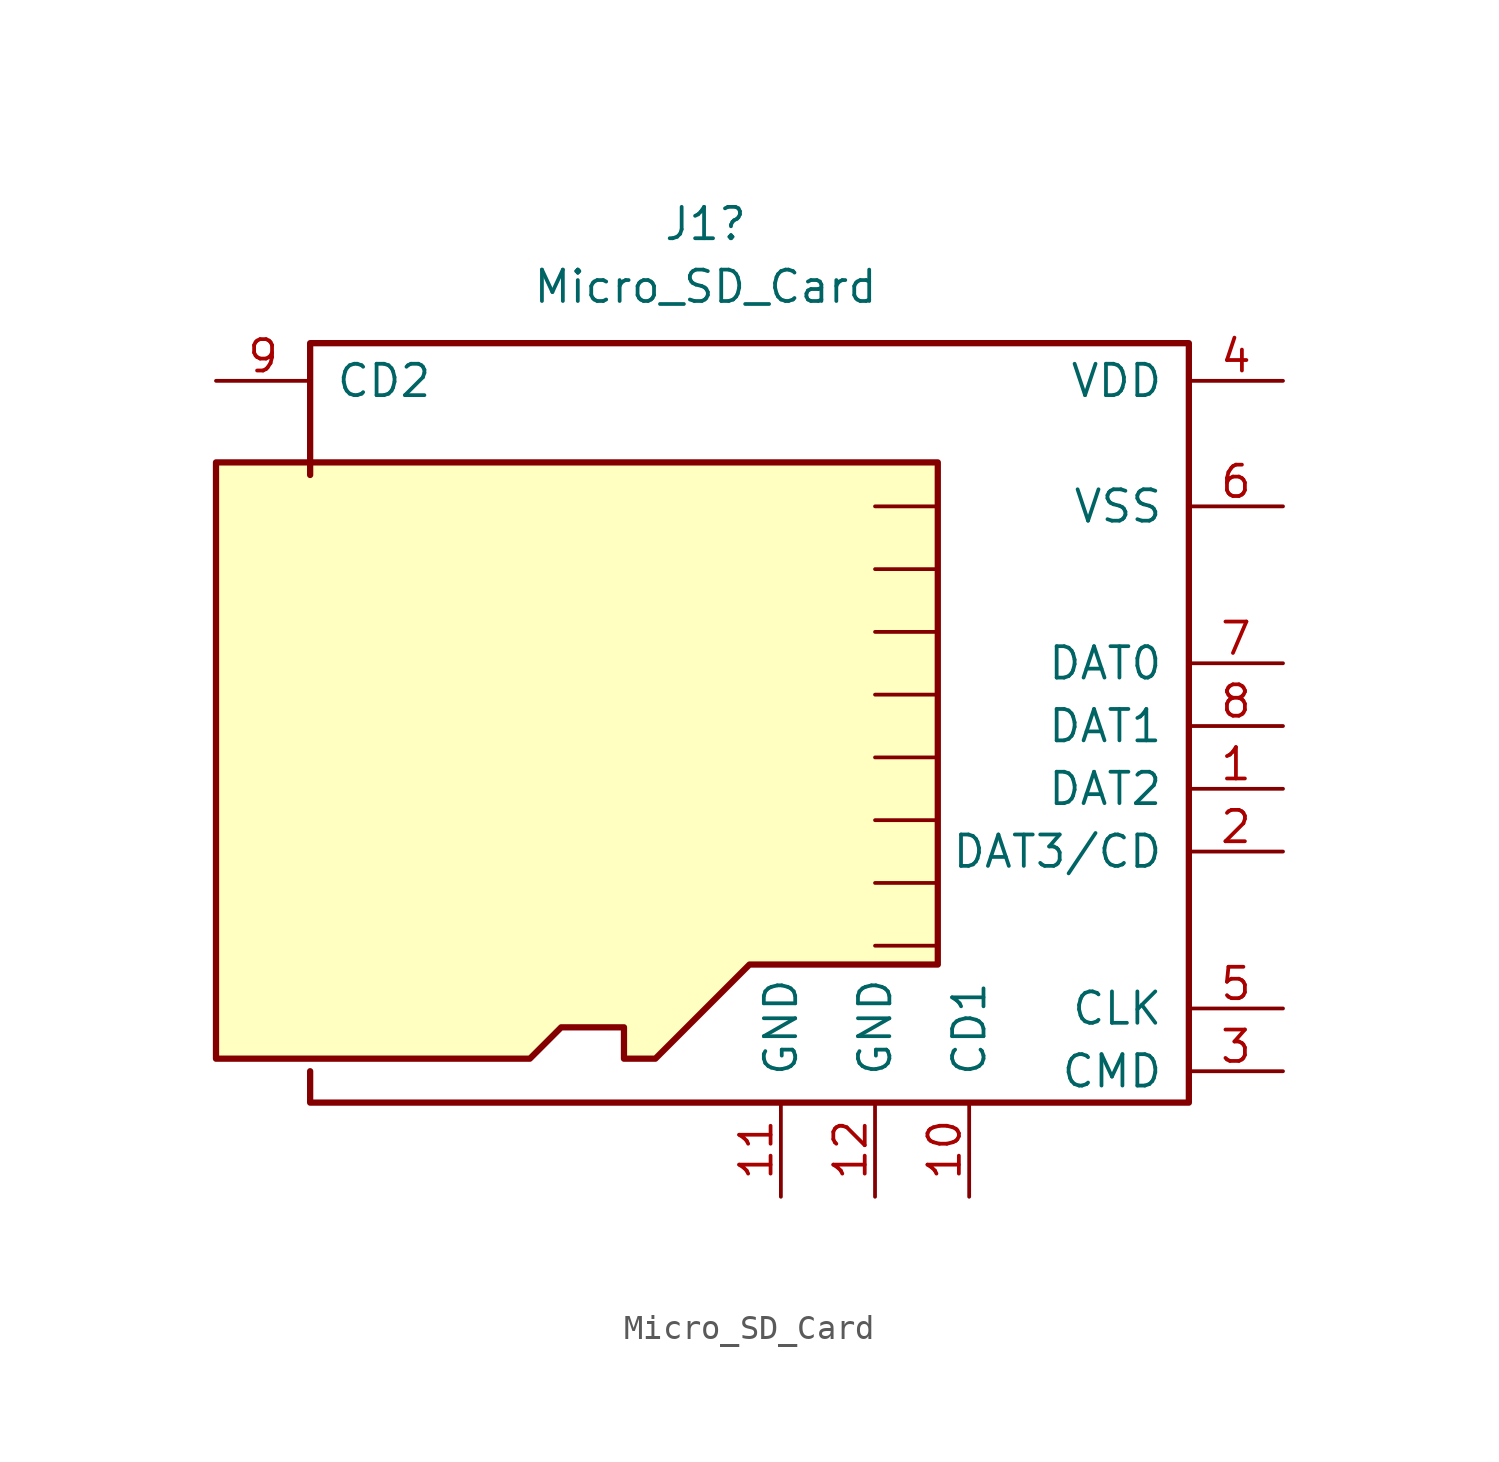
<source format=kicad_sym>
(kicad_symbol_lib
  (version 20231120)
  (generator "kicad_symbol_editor")
  (generator_version "8.0")
  (symbol "Micro_SD_Card"
    (pin_names
      (offset 1.016))
    (property "Reference" "J1"
      (at 0.762 8.89 0)
      (effects (font (size 1.27 1.27))))
    (property "Value" "Micro_SD_Card"
      (at 0.762 6.35 0)
      (effects (font (size 1.27 1.27))))
    (symbol "Micro_SD_Card_0_1"
      (polyline (pts (xy -15.24 -25.4) (xy -15.24 -26.67) (xy 20.32 -26.67) (xy 20.32 4.064) (xy -15.24 4.064) (xy -15.24 -1.27)) (stroke (width 0.254) (type default)) (fill (type none)))
      (polyline (pts (xy 10.16 -0.762) (xy 10.16 -21.082) (xy 2.54 -21.082) (xy -1.27 -24.892) (xy -2.54 -24.892) (xy -2.54 -23.622) (xy -5.08 -23.622) (xy -6.35 -24.892) (xy -19.05 -24.892) (xy -19.05 -0.762) (xy 10.16 -0.762)) (stroke (width 0.254) (type default)) (fill (type background)))
      (rectangle (start 10.16 -20.32) (end 7.62 -20.32) (stroke (width 0) (type default)) (fill (type outline)))
      (rectangle (start 10.16 -17.78) (end 7.62 -17.78) (stroke (width 0) (type default)) (fill (type outline)))
      (rectangle (start 10.16 -15.24) (end 7.62 -15.24) (stroke (width 0) (type default)) (fill (type outline)))
      (rectangle (start 10.16 -12.7) (end 7.62 -12.7) (stroke (width 0) (type default)) (fill (type outline)))
      (rectangle (start 10.16 -10.16) (end 7.62 -10.16) (stroke (width 0) (type default)) (fill (type outline)))
      (rectangle (start 10.16 -7.62) (end 7.62 -7.62) (stroke (width 0) (type default)) (fill (type outline)))
      (rectangle (start 10.16 -5.08) (end 7.62 -5.08) (stroke (width 0) (type default)) (fill (type outline)))
      (rectangle (start 10.16 -2.54) (end 7.62 -2.54) (stroke (width 0) (type default)) (fill (type outline))))
    (symbol "Micro_SD_Card_1_1"
      (pin bidirectional line (at 24.13 -13.97 180) (length 3.81) (name "DAT2" (effects (font (size 1.27 1.27)))) (number "1" (effects (font (size 1.27 1.27)))))
      (pin power_in line (at 11.43 -30.48 90) (length 3.81) (name "CD1" (effects (font (size 1.27 1.27)))) (number "10" (effects (font (size 1.27 1.27)))))
      (pin power_in line (at 3.81 -30.48 90) (length 3.81) (name "GND" (effects (font (size 1.27 1.27)))) (number "11" (effects (font (size 1.27 1.27)))))
      (pin power_in line (at 7.62 -30.48 90) (length 3.81) (name "GND" (effects (font (size 1.27 1.27)))) (number "12" (effects (font (size 1.27 1.27)))))
      (pin bidirectional line (at 24.13 -16.51 180) (length 3.81) (name "DAT3/CD" (effects (font (size 1.27 1.27)))) (number "2" (effects (font (size 1.27 1.27)))))
      (pin input line (at 24.13 -25.4 180) (length 3.81) (name "CMD" (effects (font (size 1.27 1.27)))) (number "3" (effects (font (size 1.27 1.27)))))
      (pin power_in line (at 24.13 2.54 180) (length 3.81) (name "VDD" (effects (font (size 1.27 1.27)))) (number "4" (effects (font (size 1.27 1.27)))))
      (pin input line (at 24.13 -22.86 180) (length 3.81) (name "CLK" (effects (font (size 1.27 1.27)))) (number "5" (effects (font (size 1.27 1.27)))))
      (pin power_in line (at 24.13 -2.54 180) (length 3.81) (name "VSS" (effects (font (size 1.27 1.27)))) (number "6" (effects (font (size 1.27 1.27)))))
      (pin bidirectional line (at 24.13 -8.89 180) (length 3.81) (name "DAT0" (effects (font (size 1.27 1.27)))) (number "7" (effects (font (size 1.27 1.27)))))
      (pin bidirectional line (at 24.13 -11.43 180) (length 3.81) (name "DAT1" (effects (font (size 1.27 1.27)))) (number "8" (effects (font (size 1.27 1.27)))))
      (pin passive line (at -19.05 2.54 0) (length 3.81) (name "CD2" (effects (font (size 1.27 1.27)))) (number "9" (effects (font (size 1.27 1.27))))))))
</source>
